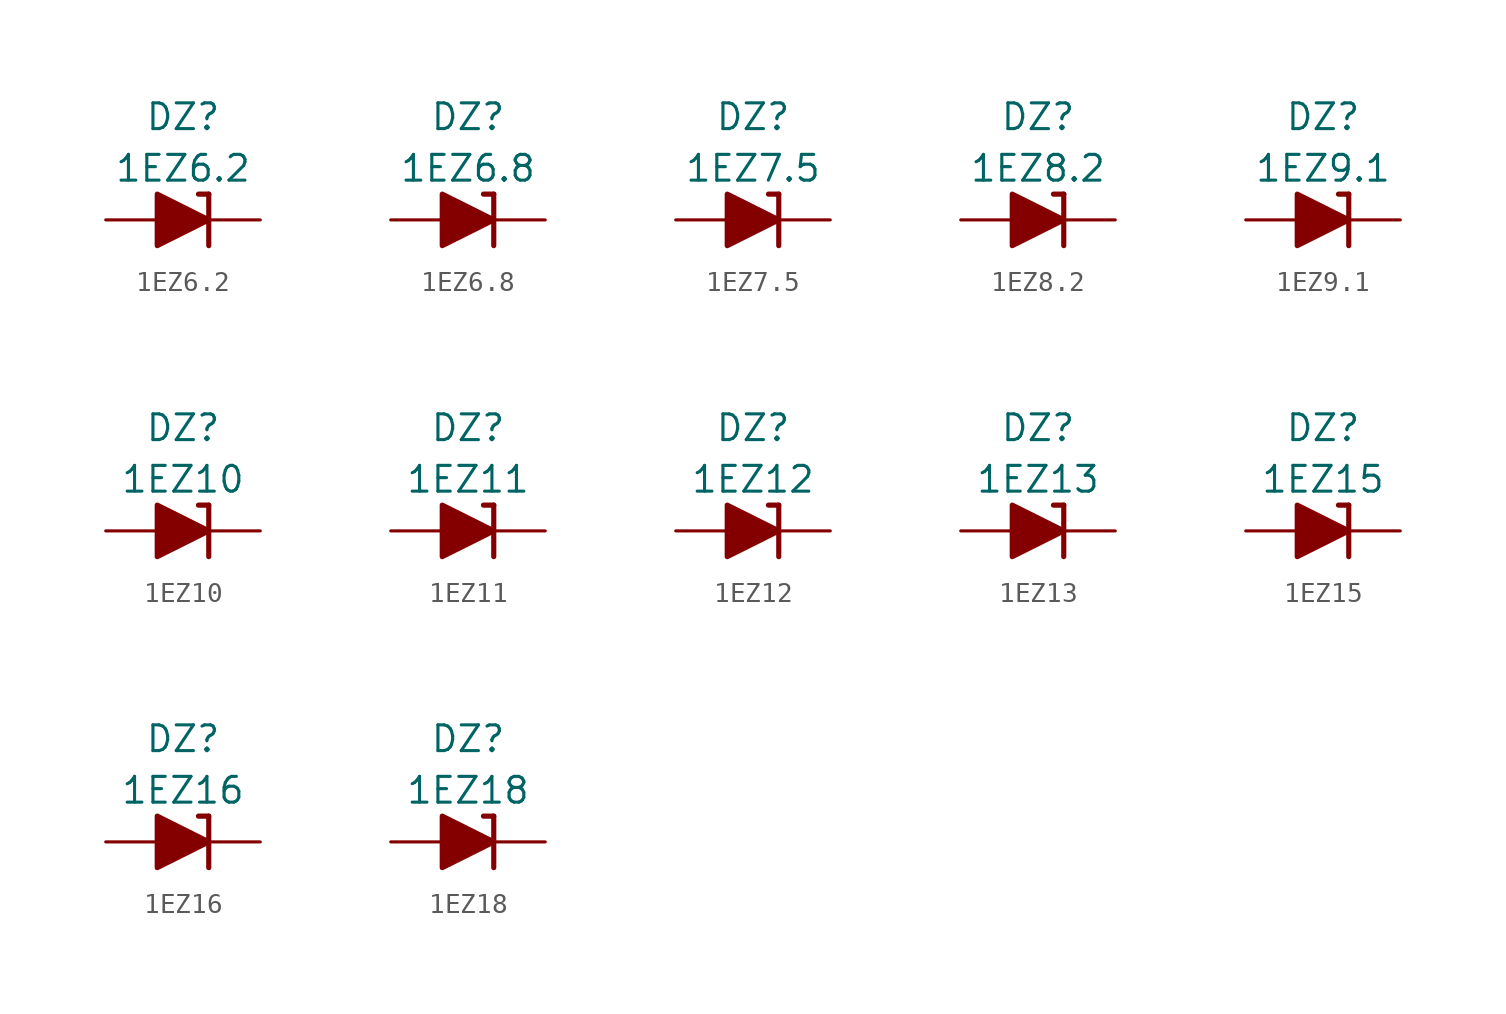
<source format=kicad_sym>
(kicad_symbol_lib
  (version 20211014)
  (generator kicad_symbol_editor)
  (symbol "1EZ6.2"
    (pin_numbers hide)
    (pin_names
      (offset 1.016) hide)
    (property "Reference" "DZ"
      (at 0 5.08 0)
      (effects (font (size 1.27 1.27))))
    (property "Value" "1EZ6.2"
      (at 0 2.54 0)
      (effects (font (size 1.27 1.27))))
    (symbol "1EZ6.2_0_1"
      (polyline (pts (xy -1.27 0) (xy 1.27 0)) (stroke (width 0) (type default) (color 0 0 0 0)) (fill (type none)))
      (polyline (pts (xy 1.27 1.27) (xy 0.762 1.27)) (stroke (width 0.254) (type default) (color 0 0 0 0)) (fill (type none)))
      (polyline (pts (xy 1.27 1.27) (xy 1.27 -1.27)) (stroke (width 0.254) (type default) (color 0 0 0 0)) (fill (type none)))
      (polyline (pts (xy -1.27 -1.27) (xy -1.27 1.27) (xy 1.27 0) (xy -1.27 -1.27)) (stroke (width 0.254) (type default) (color 0 0 0 0)) (fill (type outline))))
    (symbol "1EZ6.2_1_1"
      (pin passive line (at 3.81 0 180) (length 2.54) (name "K" (effects (font (size 1.27 1.27)))) (number "1" (effects (font (size 1.27 1.27)))))
      (pin passive line (at -3.81 0 0) (length 2.54) (name "A" (effects (font (size 1.27 1.27)))) (number "2" (effects (font (size 1.27 1.27)))))))
  (symbol "1EZ6.8"
    (pin_numbers hide)
    (pin_names
      (offset 1.016) hide)
    (property "Reference" "DZ"
      (at 0 5.08 0)
      (effects (font (size 1.27 1.27))))
    (property "Value" "1EZ6.8"
      (at 0 2.54 0)
      (effects (font (size 1.27 1.27))))
    (symbol "1EZ6.8_0_1"
      (polyline (pts (xy -1.27 0) (xy 1.27 0)) (stroke (width 0) (type default) (color 0 0 0 0)) (fill (type none)))
      (polyline (pts (xy 1.27 1.27) (xy 0.762 1.27)) (stroke (width 0.254) (type default) (color 0 0 0 0)) (fill (type none)))
      (polyline (pts (xy 1.27 1.27) (xy 1.27 -1.27)) (stroke (width 0.254) (type default) (color 0 0 0 0)) (fill (type none)))
      (polyline (pts (xy -1.27 -1.27) (xy -1.27 1.27) (xy 1.27 0) (xy -1.27 -1.27)) (stroke (width 0.254) (type default) (color 0 0 0 0)) (fill (type outline))))
    (symbol "1EZ6.8_1_1"
      (pin passive line (at 3.81 0 180) (length 2.54) (name "K" (effects (font (size 1.27 1.27)))) (number "1" (effects (font (size 1.27 1.27)))))
      (pin passive line (at -3.81 0 0) (length 2.54) (name "A" (effects (font (size 1.27 1.27)))) (number "2" (effects (font (size 1.27 1.27)))))))
  (symbol "1EZ7.5"
    (pin_numbers hide)
    (pin_names
      (offset 1.016) hide)
    (property "Reference" "DZ"
      (at 0 5.08 0)
      (effects (font (size 1.27 1.27))))
    (property "Value" "1EZ7.5"
      (at 0 2.54 0)
      (effects (font (size 1.27 1.27))))
    (symbol "1EZ7.5_0_1"
      (polyline (pts (xy -1.27 0) (xy 1.27 0)) (stroke (width 0) (type default) (color 0 0 0 0)) (fill (type none)))
      (polyline (pts (xy 1.27 1.27) (xy 0.762 1.27)) (stroke (width 0.254) (type default) (color 0 0 0 0)) (fill (type none)))
      (polyline (pts (xy 1.27 1.27) (xy 1.27 -1.27)) (stroke (width 0.254) (type default) (color 0 0 0 0)) (fill (type none)))
      (polyline (pts (xy -1.27 -1.27) (xy -1.27 1.27) (xy 1.27 0) (xy -1.27 -1.27)) (stroke (width 0.254) (type default) (color 0 0 0 0)) (fill (type outline))))
    (symbol "1EZ7.5_1_1"
      (pin passive line (at 3.81 0 180) (length 2.54) (name "K" (effects (font (size 1.27 1.27)))) (number "1" (effects (font (size 1.27 1.27)))))
      (pin passive line (at -3.81 0 0) (length 2.54) (name "A" (effects (font (size 1.27 1.27)))) (number "2" (effects (font (size 1.27 1.27)))))))
  (symbol "1EZ8.2"
    (pin_numbers hide)
    (pin_names
      (offset 1.016) hide)
    (property "Reference" "DZ"
      (at 0 5.08 0)
      (effects (font (size 1.27 1.27))))
    (property "Value" "1EZ8.2"
      (at 0 2.54 0)
      (effects (font (size 1.27 1.27))))
    (symbol "1EZ8.2_0_1"
      (polyline (pts (xy -1.27 0) (xy 1.27 0)) (stroke (width 0) (type default) (color 0 0 0 0)) (fill (type none)))
      (polyline (pts (xy 1.27 1.27) (xy 0.762 1.27)) (stroke (width 0.254) (type default) (color 0 0 0 0)) (fill (type none)))
      (polyline (pts (xy 1.27 1.27) (xy 1.27 -1.27)) (stroke (width 0.254) (type default) (color 0 0 0 0)) (fill (type none)))
      (polyline (pts (xy -1.27 -1.27) (xy -1.27 1.27) (xy 1.27 0) (xy -1.27 -1.27)) (stroke (width 0.254) (type default) (color 0 0 0 0)) (fill (type outline))))
    (symbol "1EZ8.2_1_1"
      (pin passive line (at 3.81 0 180) (length 2.54) (name "K" (effects (font (size 1.27 1.27)))) (number "1" (effects (font (size 1.27 1.27)))))
      (pin passive line (at -3.81 0 0) (length 2.54) (name "A" (effects (font (size 1.27 1.27)))) (number "2" (effects (font (size 1.27 1.27)))))))
  (symbol "1EZ9.1"
    (pin_numbers hide)
    (pin_names
      (offset 1.016) hide)
    (property "Reference" "DZ"
      (at 0 5.08 0)
      (effects (font (size 1.27 1.27))))
    (property "Value" "1EZ9.1"
      (at 0 2.54 0)
      (effects (font (size 1.27 1.27))))
    (symbol "1EZ9.1_0_1"
      (polyline (pts (xy -1.27 0) (xy 1.27 0)) (stroke (width 0) (type default) (color 0 0 0 0)) (fill (type none)))
      (polyline (pts (xy 1.27 1.27) (xy 0.762 1.27)) (stroke (width 0.254) (type default) (color 0 0 0 0)) (fill (type none)))
      (polyline (pts (xy 1.27 1.27) (xy 1.27 -1.27)) (stroke (width 0.254) (type default) (color 0 0 0 0)) (fill (type none)))
      (polyline (pts (xy -1.27 -1.27) (xy -1.27 1.27) (xy 1.27 0) (xy -1.27 -1.27)) (stroke (width 0.254) (type default) (color 0 0 0 0)) (fill (type outline))))
    (symbol "1EZ9.1_1_1"
      (pin passive line (at 3.81 0 180) (length 2.54) (name "K" (effects (font (size 1.27 1.27)))) (number "1" (effects (font (size 1.27 1.27)))))
      (pin passive line (at -3.81 0 0) (length 2.54) (name "A" (effects (font (size 1.27 1.27)))) (number "2" (effects (font (size 1.27 1.27)))))))
  (symbol "1EZ10"
    (pin_numbers hide)
    (pin_names
      (offset 1.016) hide)
    (property "Reference" "DZ"
      (at 0 5.08 0)
      (effects (font (size 1.27 1.27))))
    (property "Value" "1EZ10"
      (at 0 2.54 0)
      (effects (font (size 1.27 1.27))))
    (symbol "1EZ10_0_1"
      (polyline (pts (xy -1.27 0) (xy 1.27 0)) (stroke (width 0) (type default) (color 0 0 0 0)) (fill (type none)))
      (polyline (pts (xy 1.27 1.27) (xy 0.762 1.27)) (stroke (width 0.254) (type default) (color 0 0 0 0)) (fill (type none)))
      (polyline (pts (xy 1.27 1.27) (xy 1.27 -1.27)) (stroke (width 0.254) (type default) (color 0 0 0 0)) (fill (type none)))
      (polyline (pts (xy -1.27 -1.27) (xy -1.27 1.27) (xy 1.27 0) (xy -1.27 -1.27)) (stroke (width 0.254) (type default) (color 0 0 0 0)) (fill (type outline))))
    (symbol "1EZ10_1_1"
      (pin passive line (at 3.81 0 180) (length 2.54) (name "K" (effects (font (size 1.27 1.27)))) (number "1" (effects (font (size 1.27 1.27)))))
      (pin passive line (at -3.81 0 0) (length 2.54) (name "A" (effects (font (size 1.27 1.27)))) (number "2" (effects (font (size 1.27 1.27)))))))
  (symbol "1EZ11"
    (pin_numbers hide)
    (pin_names
      (offset 1.016) hide)
    (property "Reference" "DZ"
      (at 0 5.08 0)
      (effects (font (size 1.27 1.27))))
    (property "Value" "1EZ11"
      (at 0 2.54 0)
      (effects (font (size 1.27 1.27))))
    (symbol "1EZ11_0_1"
      (polyline (pts (xy -1.27 0) (xy 1.27 0)) (stroke (width 0) (type default) (color 0 0 0 0)) (fill (type none)))
      (polyline (pts (xy 1.27 1.27) (xy 0.762 1.27)) (stroke (width 0.254) (type default) (color 0 0 0 0)) (fill (type none)))
      (polyline (pts (xy 1.27 1.27) (xy 1.27 -1.27)) (stroke (width 0.254) (type default) (color 0 0 0 0)) (fill (type none)))
      (polyline (pts (xy -1.27 -1.27) (xy -1.27 1.27) (xy 1.27 0) (xy -1.27 -1.27)) (stroke (width 0.254) (type default) (color 0 0 0 0)) (fill (type outline))))
    (symbol "1EZ11_1_1"
      (pin passive line (at 3.81 0 180) (length 2.54) (name "K" (effects (font (size 1.27 1.27)))) (number "1" (effects (font (size 1.27 1.27)))))
      (pin passive line (at -3.81 0 0) (length 2.54) (name "A" (effects (font (size 1.27 1.27)))) (number "2" (effects (font (size 1.27 1.27)))))))
  (symbol "1EZ12"
    (pin_numbers hide)
    (pin_names
      (offset 1.016) hide)
    (property "Reference" "DZ"
      (at 0 5.08 0)
      (effects (font (size 1.27 1.27))))
    (property "Value" "1EZ12"
      (at 0 2.54 0)
      (effects (font (size 1.27 1.27))))
    (symbol "1EZ12_0_1"
      (polyline (pts (xy -1.27 0) (xy 1.27 0)) (stroke (width 0) (type default) (color 0 0 0 0)) (fill (type none)))
      (polyline (pts (xy 1.27 1.27) (xy 0.762 1.27)) (stroke (width 0.254) (type default) (color 0 0 0 0)) (fill (type none)))
      (polyline (pts (xy 1.27 1.27) (xy 1.27 -1.27)) (stroke (width 0.254) (type default) (color 0 0 0 0)) (fill (type none)))
      (polyline (pts (xy -1.27 -1.27) (xy -1.27 1.27) (xy 1.27 0) (xy -1.27 -1.27)) (stroke (width 0.254) (type default) (color 0 0 0 0)) (fill (type outline))))
    (symbol "1EZ12_1_1"
      (pin passive line (at 3.81 0 180) (length 2.54) (name "K" (effects (font (size 1.27 1.27)))) (number "1" (effects (font (size 1.27 1.27)))))
      (pin passive line (at -3.81 0 0) (length 2.54) (name "A" (effects (font (size 1.27 1.27)))) (number "2" (effects (font (size 1.27 1.27)))))))
  (symbol "1EZ13"
    (pin_numbers hide)
    (pin_names
      (offset 1.016) hide)
    (property "Reference" "DZ"
      (at 0 5.08 0)
      (effects (font (size 1.27 1.27))))
    (property "Value" "1EZ13"
      (at 0 2.54 0)
      (effects (font (size 1.27 1.27))))
    (symbol "1EZ13_0_1"
      (polyline (pts (xy -1.27 0) (xy 1.27 0)) (stroke (width 0) (type default) (color 0 0 0 0)) (fill (type none)))
      (polyline (pts (xy 1.27 1.27) (xy 0.762 1.27)) (stroke (width 0.254) (type default) (color 0 0 0 0)) (fill (type none)))
      (polyline (pts (xy 1.27 1.27) (xy 1.27 -1.27)) (stroke (width 0.254) (type default) (color 0 0 0 0)) (fill (type none)))
      (polyline (pts (xy -1.27 -1.27) (xy -1.27 1.27) (xy 1.27 0) (xy -1.27 -1.27)) (stroke (width 0.254) (type default) (color 0 0 0 0)) (fill (type outline))))
    (symbol "1EZ13_1_1"
      (pin passive line (at 3.81 0 180) (length 2.54) (name "K" (effects (font (size 1.27 1.27)))) (number "1" (effects (font (size 1.27 1.27)))))
      (pin passive line (at -3.81 0 0) (length 2.54) (name "A" (effects (font (size 1.27 1.27)))) (number "2" (effects (font (size 1.27 1.27)))))))
  (symbol "1EZ15"
    (pin_numbers hide)
    (pin_names
      (offset 1.016) hide)
    (property "Reference" "DZ"
      (at 0 5.08 0)
      (effects (font (size 1.27 1.27))))
    (property "Value" "1EZ15"
      (at 0 2.54 0)
      (effects (font (size 1.27 1.27))))
    (symbol "1EZ15_0_1"
      (polyline (pts (xy -1.27 0) (xy 1.27 0)) (stroke (width 0) (type default) (color 0 0 0 0)) (fill (type none)))
      (polyline (pts (xy 1.27 1.27) (xy 0.762 1.27)) (stroke (width 0.254) (type default) (color 0 0 0 0)) (fill (type none)))
      (polyline (pts (xy 1.27 1.27) (xy 1.27 -1.27)) (stroke (width 0.254) (type default) (color 0 0 0 0)) (fill (type none)))
      (polyline (pts (xy -1.27 -1.27) (xy -1.27 1.27) (xy 1.27 0) (xy -1.27 -1.27)) (stroke (width 0.254) (type default) (color 0 0 0 0)) (fill (type outline))))
    (symbol "1EZ15_1_1"
      (pin passive line (at 3.81 0 180) (length 2.54) (name "K" (effects (font (size 1.27 1.27)))) (number "1" (effects (font (size 1.27 1.27)))))
      (pin passive line (at -3.81 0 0) (length 2.54) (name "A" (effects (font (size 1.27 1.27)))) (number "2" (effects (font (size 1.27 1.27)))))))
  (symbol "1EZ16"
    (pin_numbers hide)
    (pin_names
      (offset 1.016) hide)
    (property "Reference" "DZ"
      (at 0 5.08 0)
      (effects (font (size 1.27 1.27))))
    (property "Value" "1EZ16"
      (at 0 2.54 0)
      (effects (font (size 1.27 1.27))))
    (symbol "1EZ16_0_1"
      (polyline (pts (xy -1.27 0) (xy 1.27 0)) (stroke (width 0) (type default) (color 0 0 0 0)) (fill (type none)))
      (polyline (pts (xy 1.27 1.27) (xy 0.762 1.27)) (stroke (width 0.254) (type default) (color 0 0 0 0)) (fill (type none)))
      (polyline (pts (xy 1.27 1.27) (xy 1.27 -1.27)) (stroke (width 0.254) (type default) (color 0 0 0 0)) (fill (type none)))
      (polyline (pts (xy -1.27 -1.27) (xy -1.27 1.27) (xy 1.27 0) (xy -1.27 -1.27)) (stroke (width 0.254) (type default) (color 0 0 0 0)) (fill (type outline))))
    (symbol "1EZ16_1_1"
      (pin passive line (at 3.81 0 180) (length 2.54) (name "K" (effects (font (size 1.27 1.27)))) (number "1" (effects (font (size 1.27 1.27)))))
      (pin passive line (at -3.81 0 0) (length 2.54) (name "A" (effects (font (size 1.27 1.27)))) (number "2" (effects (font (size 1.27 1.27)))))))
  (symbol "1EZ18"
    (pin_numbers hide)
    (pin_names
      (offset 1.016) hide)
    (property "Reference" "DZ"
      (at 0 5.08 0)
      (effects (font (size 1.27 1.27))))
    (property "Value" "1EZ18"
      (at 0 2.54 0)
      (effects (font (size 1.27 1.27))))
    (symbol "1EZ18_0_1"
      (polyline (pts (xy -1.27 0) (xy 1.27 0)) (stroke (width 0) (type default) (color 0 0 0 0)) (fill (type none)))
      (polyline (pts (xy 1.27 1.27) (xy 0.762 1.27)) (stroke (width 0.254) (type default) (color 0 0 0 0)) (fill (type none)))
      (polyline (pts (xy 1.27 1.27) (xy 1.27 -1.27)) (stroke (width 0.254) (type default) (color 0 0 0 0)) (fill (type none)))
      (polyline (pts (xy -1.27 -1.27) (xy -1.27 1.27) (xy 1.27 0) (xy -1.27 -1.27)) (stroke (width 0.254) (type default) (color 0 0 0 0)) (fill (type outline))))
    (symbol "1EZ18_1_1"
      (pin passive line (at 3.81 0 180) (length 2.54) (name "K" (effects (font (size 1.27 1.27)))) (number "1" (effects (font (size 1.27 1.27)))))
      (pin passive line (at -3.81 0 0) (length 2.54) (name "A" (effects (font (size 1.27 1.27)))) (number "2" (effects (font (size 1.27 1.27))))))))
</source>
